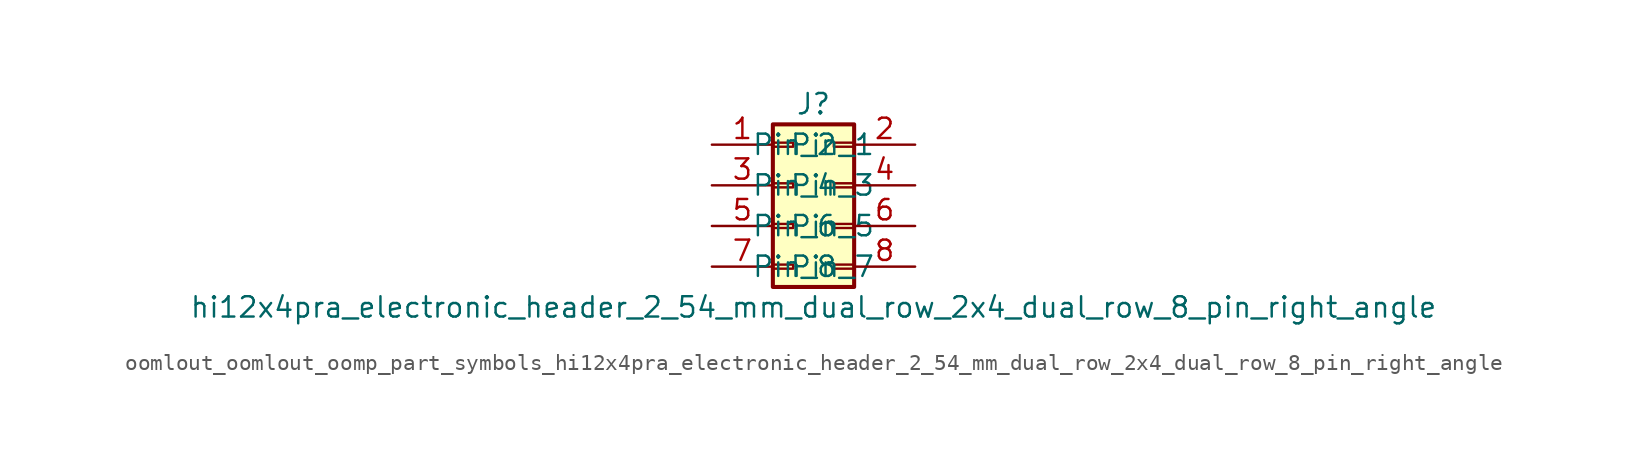
<source format=kicad_sym>
(kicad_symbol_lib
  (version 20220914)
  (generator kicad_symbol_editor)
  (symbol "oomlout_oomlout_oomp_part_symbols_hi12x4pra_electronic_header_2_54_mm_dual_row_2x4_dual_row_8_pin_right_angle"
    (pin_names
      (offset 1.016))
    (property "Reference" "J"
      (at 1.27 5.08 0)
      (effects (font (size 1.27 1.27))))
    (property "Value" "hi12x4pra_electronic_header_2_54_mm_dual_row_2x4_dual_row_8_pin_right_angle"
      (at 1.27 -7.62 0)
      (effects (font (size 1.27 1.27))))
    (symbol "oomlout_oomlout_oomp_part_symbols_hi12x4pra_electronic_header_2_54_mm_dual_row_2x4_dual_row_8_pin_right_angle_1_1"
      (rectangle (start -1.27 -4.953) (end 0 -5.207) (stroke (width 0.152) (type default)) (fill (type none)))
      (rectangle (start -1.27 -2.413) (end 0 -2.667) (stroke (width 0.152) (type default)) (fill (type none)))
      (rectangle (start -1.27 0.127) (end 0 -0.127) (stroke (width 0.152) (type default)) (fill (type none)))
      (rectangle (start -1.27 2.667) (end 0 2.413) (stroke (width 0.152) (type default)) (fill (type none)))
      (rectangle (start -1.27 3.81) (end 3.81 -6.35) (stroke (width 0.254) (type default)) (fill (type background)))
      (rectangle (start 3.81 -4.953) (end 2.54 -5.207) (stroke (width 0.152) (type default)) (fill (type none)))
      (rectangle (start 3.81 -2.413) (end 2.54 -2.667) (stroke (width 0.152) (type default)) (fill (type none)))
      (rectangle (start 3.81 0.127) (end 2.54 -0.127) (stroke (width 0.152) (type default)) (fill (type none)))
      (rectangle (start 3.81 2.667) (end 2.54 2.413) (stroke (width 0.152) (type default)) (fill (type none)))
      (pin passive line (at -5.08 2.54 0) (length 3.81) (name "Pin_1" (effects (font (size 1.27 1.27)))) (number "1" (effects (font (size 1.27 1.27)))))
      (pin passive line (at 7.62 2.54 180) (length 3.81) (name "Pin_2" (effects (font (size 1.27 1.27)))) (number "2" (effects (font (size 1.27 1.27)))))
      (pin passive line (at -5.08 0 0) (length 3.81) (name "Pin_3" (effects (font (size 1.27 1.27)))) (number "3" (effects (font (size 1.27 1.27)))))
      (pin passive line (at 7.62 0 180) (length 3.81) (name "Pin_4" (effects (font (size 1.27 1.27)))) (number "4" (effects (font (size 1.27 1.27)))))
      (pin passive line (at -5.08 -2.54 0) (length 3.81) (name "Pin_5" (effects (font (size 1.27 1.27)))) (number "5" (effects (font (size 1.27 1.27)))))
      (pin passive line (at 7.62 -2.54 180) (length 3.81) (name "Pin_6" (effects (font (size 1.27 1.27)))) (number "6" (effects (font (size 1.27 1.27)))))
      (pin passive line (at -5.08 -5.08 0) (length 3.81) (name "Pin_7" (effects (font (size 1.27 1.27)))) (number "7" (effects (font (size 1.27 1.27)))))
      (pin passive line (at 7.62 -5.08 180) (length 3.81) (name "Pin_8" (effects (font (size 1.27 1.27)))) (number "8" (effects (font (size 1.27 1.27))))))))
</source>
